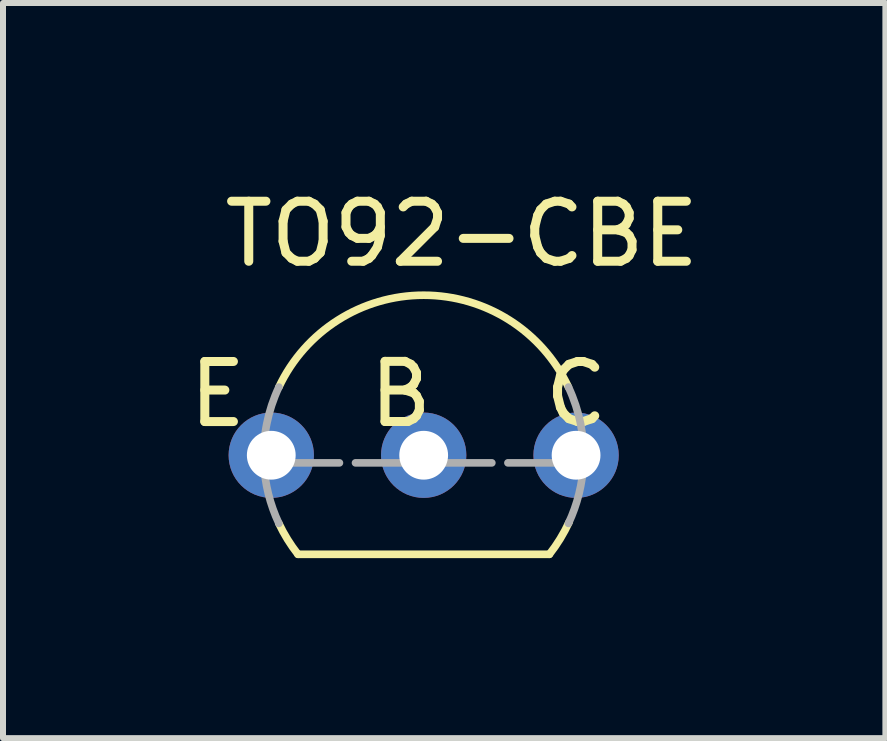
<source format=kicad_pcb>
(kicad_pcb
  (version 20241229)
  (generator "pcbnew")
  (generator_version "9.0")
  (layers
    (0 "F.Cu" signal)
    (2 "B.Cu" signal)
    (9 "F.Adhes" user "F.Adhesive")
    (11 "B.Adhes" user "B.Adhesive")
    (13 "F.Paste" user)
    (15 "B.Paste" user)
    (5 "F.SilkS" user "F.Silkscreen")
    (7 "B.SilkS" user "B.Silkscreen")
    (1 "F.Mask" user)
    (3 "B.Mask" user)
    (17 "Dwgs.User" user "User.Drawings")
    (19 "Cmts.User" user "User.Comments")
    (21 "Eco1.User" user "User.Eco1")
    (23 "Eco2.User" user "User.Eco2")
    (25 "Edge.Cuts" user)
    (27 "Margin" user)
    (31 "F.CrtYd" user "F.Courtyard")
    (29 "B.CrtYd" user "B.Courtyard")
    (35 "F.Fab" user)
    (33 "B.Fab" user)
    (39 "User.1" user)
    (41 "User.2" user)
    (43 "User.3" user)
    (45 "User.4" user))
  (footprint "TO92-CBE"
    (layer "F.Cu")
    (at 4.011 4.537)
    (property "Reference" "TO92-CBE" (at 0.636 -3.688 0) (layer "F.SilkS") (effects (font (size 1.001 1.001) (thickness 0.15))))
    (attr through_hole)
    (fp_line (start -2.095 1.651) (end 2.095 1.651) (stroke (width 0.127) (type solid)) (layer "F.SilkS"))
    (fp_arc (start -2.413 -1.1359) (mid 0 -2.666985) (end 2.413 -1.1359) (stroke (width 0.127) (type solid)) (layer "F.SilkS"))
    (fp_arc (start -2.095 1.651) (mid -2.268918 1.40252) (end -2.4135 1.1359) (stroke (width 0.127) (type solid)) (layer "F.SilkS"))
    (fp_arc (start 2.4247 1.1118) (mid 2.275878 1.391201) (end 2.095 1.651) (stroke (width 0.127) (type solid)) (layer "F.SilkS"))
    (fp_line (start -1.404 0.127) (end -2.664 0.127) (stroke (width 0.127) (type solid)) (layer "F.Fab"))
    (fp_line (start 1.136 0.127) (end -1.136 0.127) (stroke (width 0.127) (type solid)) (layer "F.Fab"))
    (fp_line (start 2.664 0.127) (end 1.404 0.127) (stroke (width 0.127) (type solid)) (layer "F.Fab"))
    (fp_arc (start -2.664 0.127) (mid -2.615858 -0.519825) (end -2.413 -1.1359) (stroke (width 0.127) (type solid)) (layer "F.Fab"))
    (fp_arc (start -2.413 1.1359) (mid -2.588137 0.643799) (end -2.664 0.127) (stroke (width 0.127) (type solid)) (layer "F.Fab"))
    (fp_arc (start 2.413 -1.1359) (mid 2.615858 -0.519825) (end 2.664 0.127) (stroke (width 0.127) (type solid)) (layer "F.Fab"))
    (fp_arc (start 2.664 0.127) (mid 2.588137 0.643799) (end 2.413 1.1359) (stroke (width 0.127) (type solid)) (layer "F.Fab"))
    (fp_text user "E" (at -3.433 -1.017 0) (layer "F.SilkS") (effects (font (size 1.001 1.001) (thickness 0.15))))
    (fp_text user "C" (at 2.541 -1.017 0) (layer "F.SilkS") (effects (font (size 1.001 1.001) (thickness 0.15))))
    (fp_text user "B" (at -0.382 -1.018 0) (layer "F.SilkS") (effects (font (size 1.002 1.002) (thickness 0.15))))
    (pad "B" thru_hole circle (at 0 0) (size 1.422 1.422) (drill 0.813) (layers "*.Cu" "*.Mask"))
    (pad "C" thru_hole circle (at 2.54 0) (size 1.422 1.422) (drill 0.813) (layers "*.Cu" "*.Mask"))
    (pad "E" thru_hole circle (at -2.54 0) (size 1.422 1.422) (drill 0.813) (layers "*.Cu" "*.Mask")))
  (gr_rect
    (start -3 -3)
    (end 11.706 9.252)
    (stroke (width 0.1) (type default))
    (fill no)
    (layer "Edge.Cuts")))
</source>
